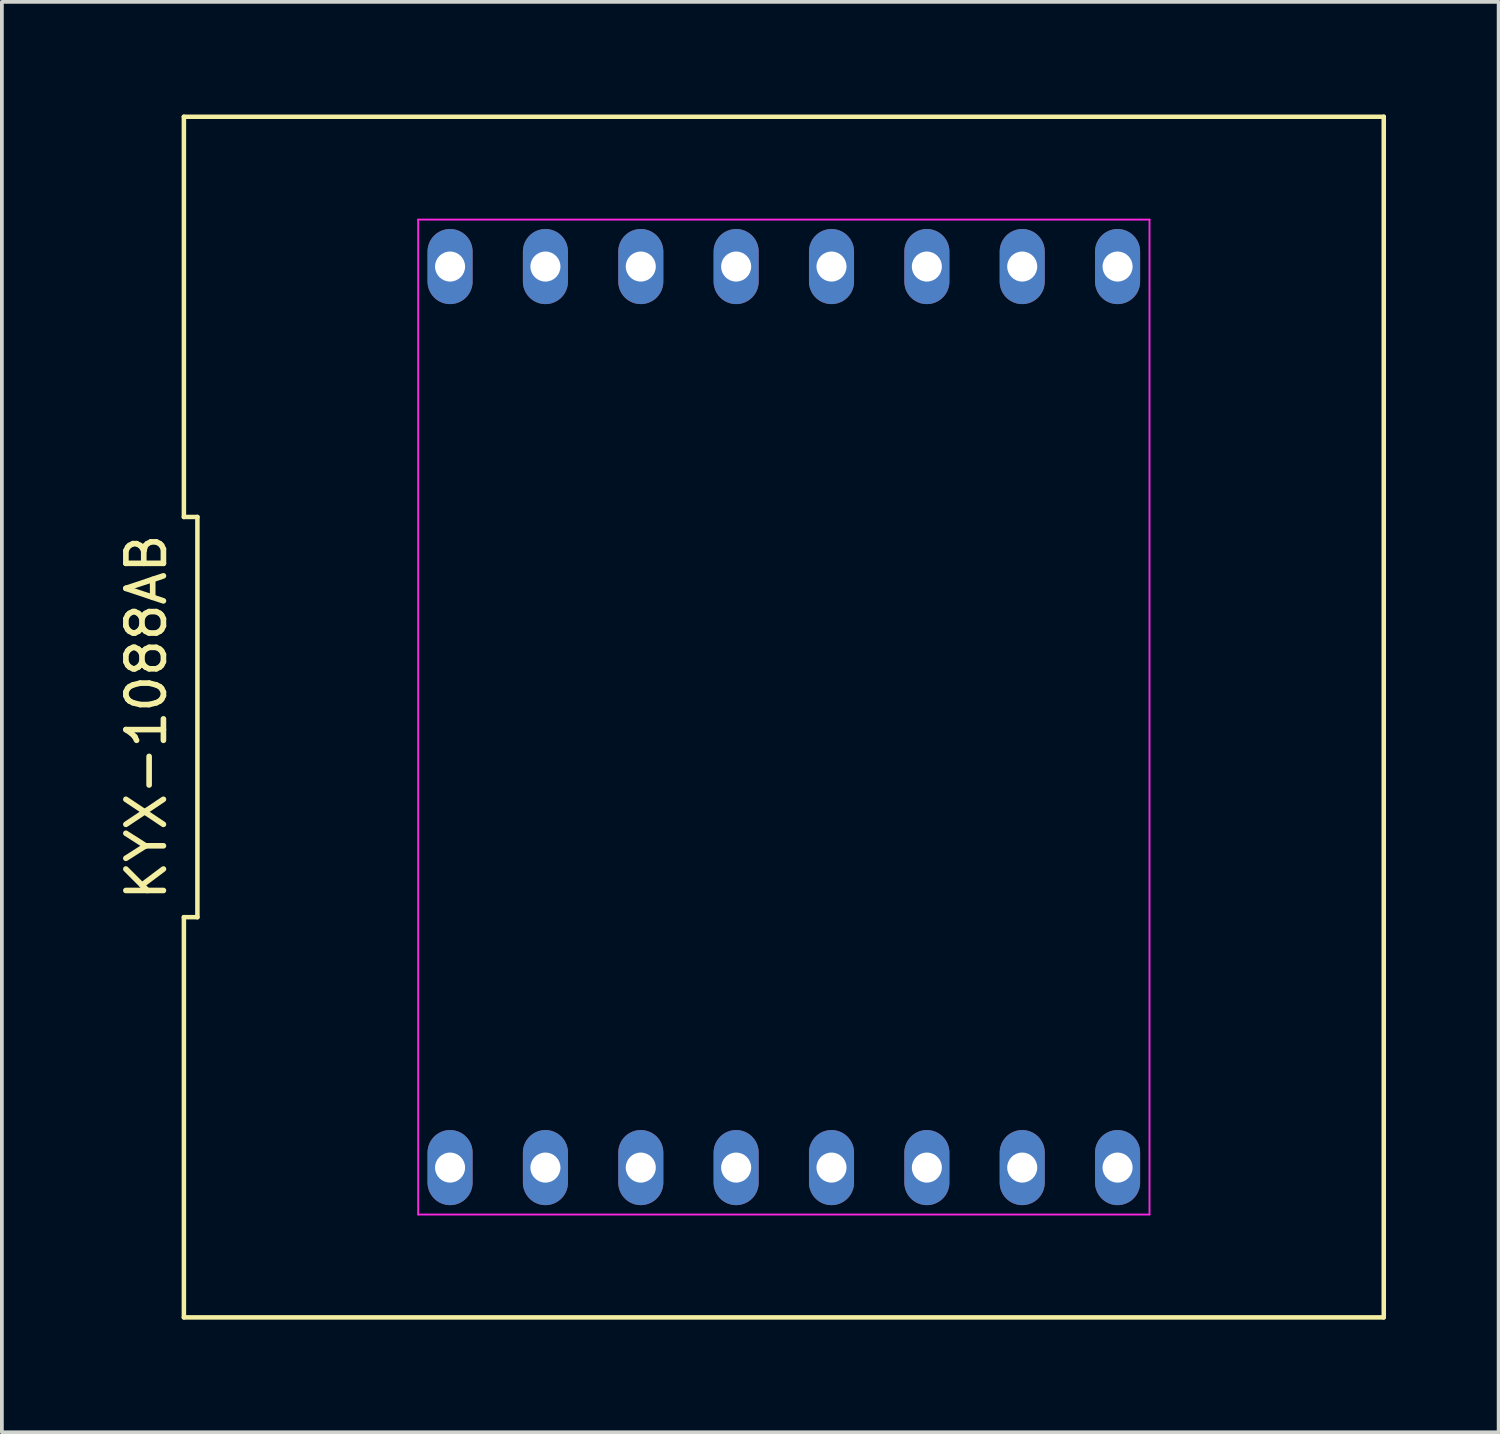
<source format=kicad_pcb>
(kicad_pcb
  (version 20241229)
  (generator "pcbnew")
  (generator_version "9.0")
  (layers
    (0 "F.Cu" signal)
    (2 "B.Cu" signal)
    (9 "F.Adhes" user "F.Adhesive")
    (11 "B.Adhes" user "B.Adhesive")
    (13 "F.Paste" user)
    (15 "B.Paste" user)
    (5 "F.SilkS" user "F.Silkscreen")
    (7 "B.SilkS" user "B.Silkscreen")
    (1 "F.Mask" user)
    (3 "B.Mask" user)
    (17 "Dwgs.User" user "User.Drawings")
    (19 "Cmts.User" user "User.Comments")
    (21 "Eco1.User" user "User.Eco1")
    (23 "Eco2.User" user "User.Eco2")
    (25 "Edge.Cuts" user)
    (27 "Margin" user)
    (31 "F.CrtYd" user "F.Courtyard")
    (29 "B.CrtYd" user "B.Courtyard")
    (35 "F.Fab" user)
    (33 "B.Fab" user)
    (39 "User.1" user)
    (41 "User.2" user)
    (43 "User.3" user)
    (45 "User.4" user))
  (footprint "KYX-1088AB"
    (layer "F.Cu")
    (at 17.828 16.05)
    (property "Reference" "KYX-1088AB" (at -16.98 0 90) (layer "F.SilkS") (effects (font (size 1 1) (thickness 0.15))))
    (attr through_hole)
    (fp_line (start -15.98 -5.33) (end -15.62 -5.33) (stroke (width 0.12) (type default)) (layer "F.SilkS"))
    (fp_line (start -15.98 5.33) (end -15.98 15.99) (stroke (width 0.12) (type default)) (layer "F.SilkS"))
    (fp_line (start -15.98 15.99) (end 15.98 15.99) (stroke (width 0.12) (type default)) (layer "F.SilkS"))
    (fp_line (start -15.98 -15.99) (end -15.98 -5.33) (stroke (width 0.12) (type default)) (layer "F.SilkS"))
    (fp_line (start -15.62 -5.33) (end -15.62 5.33) (stroke (width 0.12) (type default)) (layer "F.SilkS"))
    (fp_line (start -15.62 5.33) (end -15.98 5.33) (stroke (width 0.12) (type default)) (layer "F.SilkS"))
    (fp_line (start 15.98 15.99) (end 15.98 -15.99) (stroke (width 0.12) (type default)) (layer "F.SilkS"))
    (fp_line (start 15.98 -15.99) (end -15.98 -15.99) (stroke (width 0.12) (type default)) (layer "F.SilkS"))
    (fp_line (start -9.74 -13.25) (end 9.74 -13.25) (stroke (width 0.05) (type default)) (layer "F.CrtYd"))
    (fp_line (start -9.74 13.25) (end -9.74 -13.25) (stroke (width 0.05) (type default)) (layer "F.CrtYd"))
    (fp_line (start 9.74 -13.25) (end 9.74 13.25) (stroke (width 0.05) (type default)) (layer "F.CrtYd"))
    (fp_line (start 9.74 13.25) (end -9.74 13.25) (stroke (width 0.05) (type default)) (layer "F.CrtYd"))
    (pad "1" thru_hole oval (at -8.89 12) (size 1.2 2) (drill 0.8) (layers "*.Cu" "*.Mask"))
    (pad "2" thru_hole oval (at -6.35 12) (size 1.2 2) (drill 0.8) (layers "*.Cu" "*.Mask"))
    (pad "3" thru_hole oval (at -3.81 12) (size 1.2 2) (drill 0.8) (layers "*.Cu" "*.Mask"))
    (pad "4" thru_hole oval (at -1.27 12) (size 1.2 2) (drill 0.8) (layers "*.Cu" "*.Mask"))
    (pad "5" thru_hole oval (at 1.27 12) (size 1.2 2) (drill 0.8) (layers "*.Cu" "*.Mask"))
    (pad "6" thru_hole oval (at 3.81 12) (size 1.2 2) (drill 0.8) (layers "*.Cu" "*.Mask"))
    (pad "7" thru_hole oval (at 6.35 12) (size 1.2 2) (drill 0.8) (layers "*.Cu" "*.Mask"))
    (pad "8" thru_hole oval (at 8.89 12) (size 1.2 2) (drill 0.8) (layers "*.Cu" "*.Mask"))
    (pad "9" thru_hole oval (at 8.89 -12) (size 1.2 2) (drill 0.8) (layers "*.Cu" "*.Mask"))
    (pad "10" thru_hole oval (at 6.35 -12) (size 1.2 2) (drill 0.8) (layers "*.Cu" "*.Mask"))
    (pad "11" thru_hole oval (at 3.81 -12) (size 1.2 2) (drill 0.8) (layers "*.Cu" "*.Mask"))
    (pad "12" thru_hole oval (at 1.27 -12) (size 1.2 2) (drill 0.8) (layers "*.Cu" "*.Mask"))
    (pad "13" thru_hole oval (at -1.27 -12) (size 1.2 2) (drill 0.8) (layers "*.Cu" "*.Mask"))
    (pad "14" thru_hole oval (at -3.81 -12) (size 1.2 2) (drill 0.8) (layers "*.Cu" "*.Mask"))
    (pad "15" thru_hole oval (at -6.35 -12) (size 1.2 2) (drill 0.8) (layers "*.Cu" "*.Mask"))
    (pad "16" thru_hole oval (at -8.89 -12) (size 1.2 2) (drill 0.8) (layers "*.Cu" "*.Mask")))
  (gr_rect
    (start -3 -3)
    (end 36.868 35.1)
    (stroke (width 0.1) (type default))
    (fill no)
    (layer "Edge.Cuts")))
</source>
